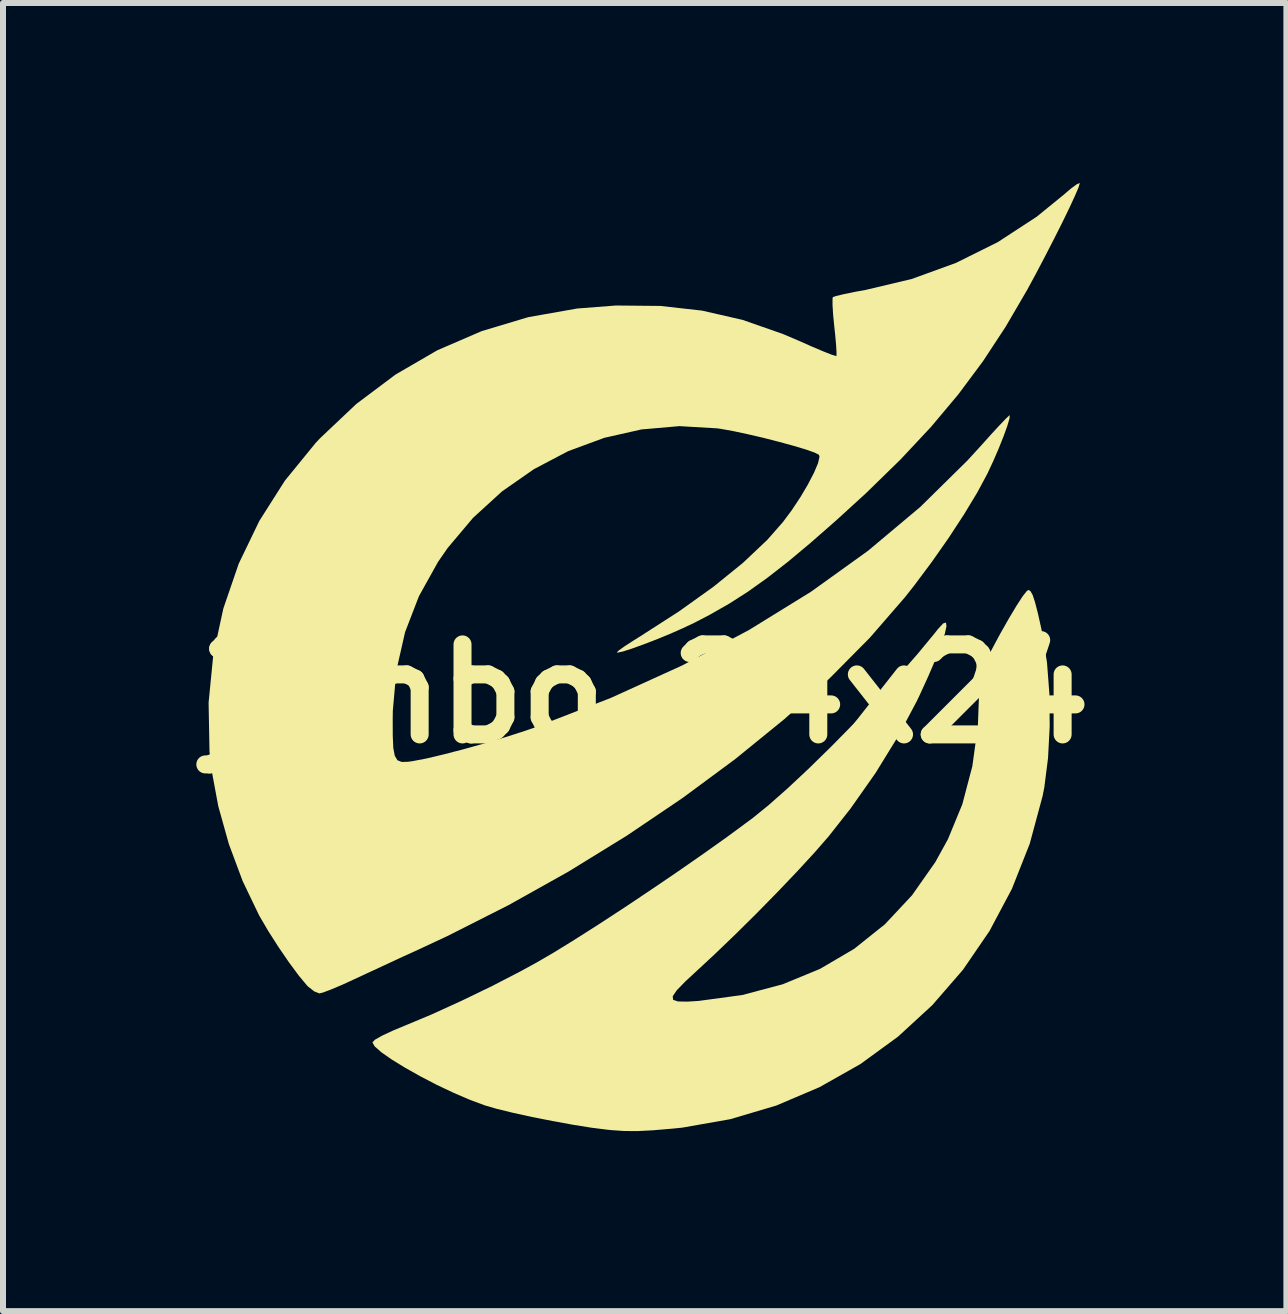
<source format=kicad_pcb>
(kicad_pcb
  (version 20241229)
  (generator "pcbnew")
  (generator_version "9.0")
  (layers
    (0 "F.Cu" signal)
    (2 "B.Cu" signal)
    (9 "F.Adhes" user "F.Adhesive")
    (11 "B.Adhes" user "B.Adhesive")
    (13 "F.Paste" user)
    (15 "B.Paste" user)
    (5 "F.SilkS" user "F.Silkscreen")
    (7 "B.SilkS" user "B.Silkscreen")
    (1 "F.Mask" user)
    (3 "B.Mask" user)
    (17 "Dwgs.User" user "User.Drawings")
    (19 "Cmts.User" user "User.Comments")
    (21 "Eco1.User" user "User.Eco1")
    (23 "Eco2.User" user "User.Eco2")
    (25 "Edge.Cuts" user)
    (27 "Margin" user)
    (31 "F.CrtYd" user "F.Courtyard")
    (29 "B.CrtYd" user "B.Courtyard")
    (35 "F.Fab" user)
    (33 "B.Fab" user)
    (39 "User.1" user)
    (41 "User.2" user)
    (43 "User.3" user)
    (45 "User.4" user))
  (footprint "jembo 24x24"
    (layer "F.Cu")
    (at 7.693 8.51)
    (property "Reference" "jembo 24x24" (at 0 0 0) (layer "F.SilkS") (effects (font (size 1.5 1.5) (thickness 0.3))))
    (attr board_only exclude_from_pos_files exclude_from_bom)
    (fp_poly (pts (xy 6.428 -1.71) (xy 6.465 -1.645) (xy 6.505 -1.523) (xy 6.554 -1.333) (xy 6.614 -1.062) (xy 6.631 -0.983) (xy 6.704 -0.519) (xy 6.744 0.002) (xy 6.749 0.544) (xy 6.721 1.075) (xy 6.659 1.562) (xy 6.631 1.704) (xy 6.416 2.501) (xy 6.119 3.252) (xy 5.746 3.954) (xy 5.303 4.601) (xy 4.793 5.189) (xy 4.222 5.714) (xy 3.595 6.171) (xy 2.916 6.555) (xy 2.192 6.863) (xy 1.426 7.09) (xy 0.625 7.231) (xy 0.456 7.248) (xy 0.137 7.275) (xy -0.117 7.288) (xy -0.338 7.287) (xy -0.556 7.272) (xy -0.624 7.265) (xy -0.887 7.232) (xy -1.199 7.182) (xy -1.538 7.12) (xy -1.879 7.053) (xy -2.197 6.983) (xy -2.467 6.917) (xy -2.66 6.861) (xy -2.911 6.768) (xy -3.183 6.651) (xy -3.464 6.518) (xy -3.739 6.375) (xy -3.993 6.232) (xy -4.215 6.096) (xy -4.388 5.975) (xy -4.5 5.876) (xy -4.537 5.81) (xy -4.494 5.765) (xy -4.374 5.697) (xy -4.189 5.611) (xy -4.009 5.536) (xy -3.554 5.346) (xy -3.054 5.118) (xy -2.543 4.871) (xy -2.056 4.619) (xy -1.801 4.479) (xy -1.512 4.311) (xy -1.162 4.095) (xy -0.766 3.843) (xy -0.339 3.564) (xy 0.104 3.268) (xy 0.547 2.967) (xy 0.974 2.67) (xy 1.371 2.388) (xy 1.721 2.13) (xy 1.801 2.071) (xy 2.069 1.853) (xy 2.385 1.574) (xy 2.735 1.246) (xy 3.106 0.883) (xy 3.485 0.498) (xy 3.859 0.105) (xy 4.215 -0.284) (xy 4.541 -0.655) (xy 4.822 -0.995) (xy 4.886 -1.076) (xy 4.973 -1.171) (xy 5.02 -1.186) (xy 5.029 -1.127) (xy 5.002 -1.001) (xy 4.941 -0.815) (xy 4.848 -0.575) (xy 4.724 -0.287) (xy 4.573 0.043) (xy 4.536 0.12) (xy 4.222 0.712) (xy 3.847 1.321) (xy 3.43 1.914) (xy 3.066 2.376) (xy 2.831 2.646) (xy 2.54 2.962) (xy 2.21 3.308) (xy 1.858 3.667) (xy 1.5 4.021) (xy 1.154 4.353) (xy 0.893 4.595) (xy 0.677 4.795) (xy 0.535 4.941) (xy 0.467 5.041) (xy 0.474 5.101) (xy 0.555 5.128) (xy 0.71 5.131) (xy 0.901 5.119) (xy 1.624 5.021) (xy 2.299 4.842) (xy 2.922 4.585) (xy 3.491 4.251) (xy 4.003 3.842) (xy 4.454 3.36) (xy 4.843 2.806) (xy 5.053 2.425) (xy 5.293 1.842) (xy 5.46 1.208) (xy 5.552 0.537) (xy 5.569 0.086) (xy 5.573 -0.123) (xy 5.588 -0.276) (xy 5.624 -0.408) (xy 5.691 -0.559) (xy 5.767 -0.706) (xy 5.923 -0.997) (xy 6.069 -1.254) (xy 6.196 -1.466) (xy 6.298 -1.623) (xy 6.368 -1.712) (xy 6.393 -1.729)) (stroke (width 0) (type solid)) (fill yes) (layer "F.SilkS"))
    (fp_poly (pts (xy 7.25 -8.506) (xy 7.229 -8.435) (xy 7.168 -8.293) (xy 7.076 -8.094) (xy 6.958 -7.851) (xy 6.821 -7.579) (xy 6.673 -7.291) (xy 6.52 -7) (xy 6.375 -6.732) (xy 6.016 -6.117) (xy 5.637 -5.54) (xy 5.226 -4.988) (xy 4.772 -4.447) (xy 4.263 -3.903) (xy 3.688 -3.342) (xy 3.193 -2.89) (xy 2.764 -2.514) (xy 2.385 -2.197) (xy 2.042 -1.93) (xy 1.721 -1.701) (xy 1.406 -1.499) (xy 1.083 -1.315) (xy 0.827 -1.182) (xy 0.641 -1.094) (xy 0.426 -0.999) (xy 0.2 -0.906) (xy -0.019 -0.822) (xy -0.212 -0.752) (xy -0.362 -0.704) (xy -0.45 -0.685) (xy -0.464 -0.688) (xy -0.434 -0.719) (xy -0.338 -0.788) (xy -0.192 -0.883) (xy -0.078 -0.954) (xy 0.575 -1.374) (xy 1.149 -1.785) (xy 1.639 -2.182) (xy 2.043 -2.564) (xy 2.304 -2.861) (xy 2.452 -3.06) (xy 2.594 -3.274) (xy 2.719 -3.486) (xy 2.82 -3.68) (xy 2.888 -3.839) (xy 2.913 -3.947) (xy 2.904 -3.981) (xy 2.832 -4.018) (xy 2.685 -4.07) (xy 2.481 -4.131) (xy 2.239 -4.197) (xy 1.978 -4.264) (xy 1.716 -4.325) (xy 1.472 -4.377) (xy 1.266 -4.414) (xy 1.21 -4.422) (xy 0.578 -4.459) (xy -0.053 -4.404) (xy -0.674 -4.264) (xy -1.275 -4.042) (xy -1.846 -3.742) (xy -2.378 -3.371) (xy -2.86 -2.931) (xy -3.283 -2.429) (xy -3.443 -2.198) (xy -3.762 -1.625) (xy -3.993 -1.026) (xy -4.137 -0.392) (xy -4.197 0.282) (xy -4.199 0.422) (xy -4.198 0.705) (xy -4.189 0.906) (xy -4.164 1.036) (xy -4.12 1.109) (xy -4.048 1.137) (xy -3.943 1.134) (xy -3.865 1.123) (xy -3.64 1.08) (xy -3.349 1.011) (xy -3.014 0.924) (xy -2.66 0.825) (xy -2.312 0.721) (xy -1.992 0.618) (xy -1.825 0.56) (xy -0.56 0.068) (xy 0.629 -0.473) (xy 1.74 -1.063) (xy 2.772 -1.7) (xy 3.723 -2.383) (xy 4.592 -3.112) (xy 5.377 -3.885) (xy 5.603 -4.132) (xy 5.768 -4.316) (xy 5.909 -4.469) (xy 6.015 -4.58) (xy 6.074 -4.636) (xy 6.083 -4.641) (xy 6.079 -4.585) (xy 6.042 -4.461) (xy 5.98 -4.289) (xy 5.899 -4.086) (xy 5.807 -3.873) (xy 5.711 -3.668) (xy 5.709 -3.664) (xy 5.542 -3.353) (xy 5.323 -2.991) (xy 5.067 -2.599) (xy 4.786 -2.198) (xy 4.494 -1.807) (xy 4.338 -1.609) (xy 3.752 -0.933) (xy 3.079 -0.254) (xy 2.329 0.422) (xy 1.51 1.088) (xy 0.632 1.737) (xy -0.296 2.364) (xy -1.265 2.961) (xy -2.267 3.522) (xy -3.291 4.04) (xy -3.745 4.252) (xy -4.026 4.38) (xy -4.332 4.522) (xy -4.625 4.658) (xy -4.842 4.759) (xy -5.047 4.853) (xy -5.227 4.929) (xy -5.36 4.979) (xy -5.421 4.994) (xy -5.507 4.96) (xy -5.61 4.879) (xy -5.627 4.862) (xy -5.763 4.699) (xy -5.928 4.476) (xy -6.103 4.22) (xy -6.272 3.956) (xy -6.417 3.708) (xy -6.426 3.692) (xy -6.699 3.123) (xy -6.929 2.506) (xy -7.106 1.873) (xy -7.221 1.253) (xy -7.252 0.96) (xy -7.267 0.149) (xy -7.189 -0.646) (xy -7.021 -1.421) (xy -6.765 -2.167) (xy -6.422 -2.879) (xy -5.996 -3.55) (xy -5.488 -4.173) (xy -5.412 -4.255) (xy -4.806 -4.828) (xy -4.153 -5.318) (xy -3.456 -5.723) (xy -2.717 -6.042) (xy -1.94 -6.275) (xy -1.125 -6.419) (xy -0.48 -6.469) (xy 0.261 -6.462) (xy 0.956 -6.384) (xy 1.629 -6.23) (xy 2.302 -5.995) (xy 2.574 -5.879) (xy 2.793 -5.782) (xy 2.98 -5.703) (xy 3.117 -5.649) (xy 3.188 -5.627) (xy 3.195 -5.627) (xy 3.197 -5.68) (xy 3.19 -5.806) (xy 3.174 -5.985) (xy 3.16 -6.113) (xy 3.14 -6.315) (xy 3.13 -6.479) (xy 3.13 -6.584) (xy 3.136 -6.609) (xy 3.192 -6.628) (xy 3.322 -6.659) (xy 3.506 -6.697) (xy 3.683 -6.729) (xy 4.449 -6.911) (xy 5.187 -7.179) (xy 5.885 -7.526) (xy 6.533 -7.949) (xy 6.974 -8.308) (xy 7.103 -8.418) (xy 7.2 -8.489) (xy 7.248 -8.51)) (stroke (width 0) (type solid)) (fill yes) (layer "F.SilkS")))
  (gr_rect
    (start -3 -3)
    (end 18.386 18.798)
    (stroke (width 0.1) (type default))
    (fill no)
    (layer "Edge.Cuts")))
</source>
